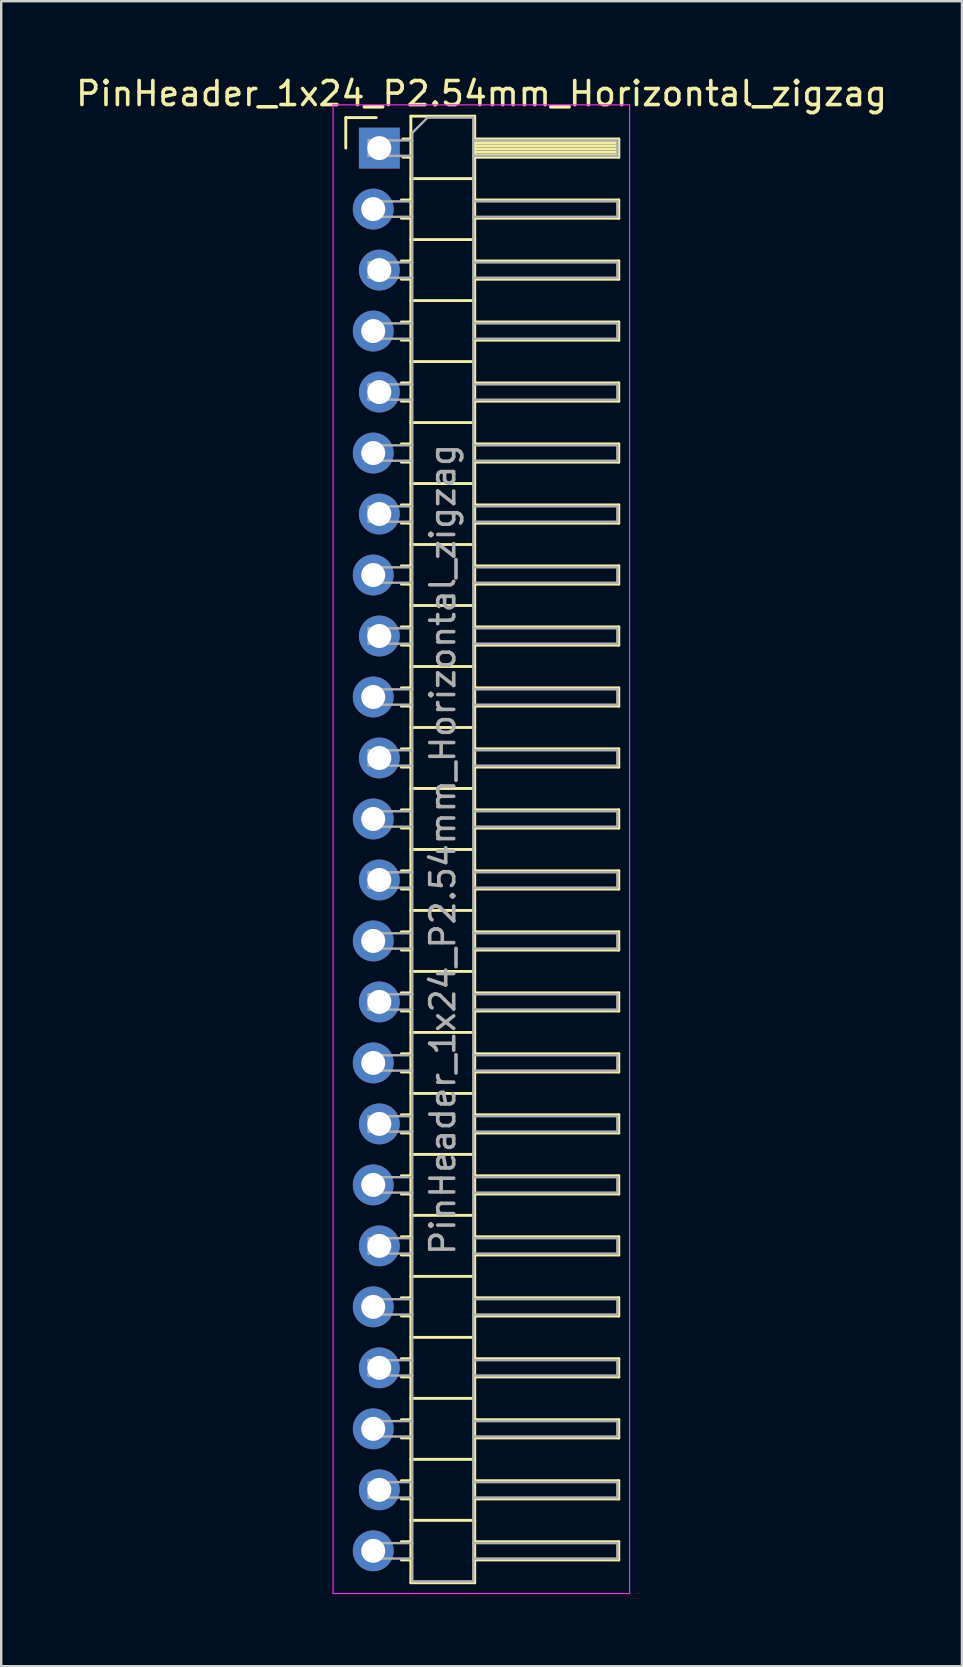
<source format=kicad_pcb>
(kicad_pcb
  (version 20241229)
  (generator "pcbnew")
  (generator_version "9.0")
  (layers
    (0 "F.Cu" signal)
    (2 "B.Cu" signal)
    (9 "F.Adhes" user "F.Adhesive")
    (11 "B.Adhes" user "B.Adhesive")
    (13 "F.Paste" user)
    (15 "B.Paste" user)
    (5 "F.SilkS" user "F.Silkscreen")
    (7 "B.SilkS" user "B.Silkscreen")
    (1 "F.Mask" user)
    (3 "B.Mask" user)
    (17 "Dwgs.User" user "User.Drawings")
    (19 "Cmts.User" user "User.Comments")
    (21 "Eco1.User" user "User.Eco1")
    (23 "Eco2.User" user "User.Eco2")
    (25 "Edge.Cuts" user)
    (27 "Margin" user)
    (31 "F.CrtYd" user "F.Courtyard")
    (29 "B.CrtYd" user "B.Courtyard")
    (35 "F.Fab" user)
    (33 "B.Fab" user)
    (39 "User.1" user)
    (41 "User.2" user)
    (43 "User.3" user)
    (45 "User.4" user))
  (footprint "PinHeader_1x24_P2.54mm_Horizontal_zigzag"
    (layer "F.Cu")
    (at 12.621 3.118)
    (property "Reference" "PinHeader_1x24_P2.54mm_Horizontal_zigzag" (at 4.385 -2.27 0) (layer "F.SilkS") (effects (font (size 1 1) (thickness 0.15))))
    (attr through_hole)
    (fp_line (start -1.27 -1.27) (end 0 -1.27) (stroke (width 0.12) (type solid)) (layer "F.SilkS"))
    (fp_line (start -1.27 0) (end -1.27 -1.27) (stroke (width 0.12) (type solid)) (layer "F.SilkS"))
    (fp_line (start 1.043 2.16) (end 1.44 2.16) (stroke (width 0.12) (type solid)) (layer "F.SilkS"))
    (fp_line (start 1.043 2.92) (end 1.44 2.92) (stroke (width 0.12) (type solid)) (layer "F.SilkS"))
    (fp_line (start 1.043 4.7) (end 1.44 4.7) (stroke (width 0.12) (type solid)) (layer "F.SilkS"))
    (fp_line (start 1.043 5.46) (end 1.44 5.46) (stroke (width 0.12) (type solid)) (layer "F.SilkS"))
    (fp_line (start 1.043 7.24) (end 1.44 7.24) (stroke (width 0.12) (type solid)) (layer "F.SilkS"))
    (fp_line (start 1.043 8) (end 1.44 8) (stroke (width 0.12) (type solid)) (layer "F.SilkS"))
    (fp_line (start 1.043 9.78) (end 1.44 9.78) (stroke (width 0.12) (type solid)) (layer "F.SilkS"))
    (fp_line (start 1.043 10.54) (end 1.44 10.54) (stroke (width 0.12) (type solid)) (layer "F.SilkS"))
    (fp_line (start 1.043 12.32) (end 1.44 12.32) (stroke (width 0.12) (type solid)) (layer "F.SilkS"))
    (fp_line (start 1.043 13.08) (end 1.44 13.08) (stroke (width 0.12) (type solid)) (layer "F.SilkS"))
    (fp_line (start 1.043 14.86) (end 1.44 14.86) (stroke (width 0.12) (type solid)) (layer "F.SilkS"))
    (fp_line (start 1.043 15.62) (end 1.44 15.62) (stroke (width 0.12) (type solid)) (layer "F.SilkS"))
    (fp_line (start 1.043 17.4) (end 1.44 17.4) (stroke (width 0.12) (type solid)) (layer "F.SilkS"))
    (fp_line (start 1.043 18.16) (end 1.44 18.16) (stroke (width 0.12) (type solid)) (layer "F.SilkS"))
    (fp_line (start 1.043 19.94) (end 1.44 19.94) (stroke (width 0.12) (type solid)) (layer "F.SilkS"))
    (fp_line (start 1.043 20.7) (end 1.44 20.7) (stroke (width 0.12) (type solid)) (layer "F.SilkS"))
    (fp_line (start 1.043 22.48) (end 1.44 22.48) (stroke (width 0.12) (type solid)) (layer "F.SilkS"))
    (fp_line (start 1.043 23.24) (end 1.44 23.24) (stroke (width 0.12) (type solid)) (layer "F.SilkS"))
    (fp_line (start 1.043 25.02) (end 1.44 25.02) (stroke (width 0.12) (type solid)) (layer "F.SilkS"))
    (fp_line (start 1.043 25.78) (end 1.44 25.78) (stroke (width 0.12) (type solid)) (layer "F.SilkS"))
    (fp_line (start 1.043 27.56) (end 1.44 27.56) (stroke (width 0.12) (type solid)) (layer "F.SilkS"))
    (fp_line (start 1.043 28.32) (end 1.44 28.32) (stroke (width 0.12) (type solid)) (layer "F.SilkS"))
    (fp_line (start 1.043 30.1) (end 1.44 30.1) (stroke (width 0.12) (type solid)) (layer "F.SilkS"))
    (fp_line (start 1.043 30.86) (end 1.44 30.86) (stroke (width 0.12) (type solid)) (layer "F.SilkS"))
    (fp_line (start 1.043 32.64) (end 1.44 32.64) (stroke (width 0.12) (type solid)) (layer "F.SilkS"))
    (fp_line (start 1.043 33.4) (end 1.44 33.4) (stroke (width 0.12) (type solid)) (layer "F.SilkS"))
    (fp_line (start 1.043 35.18) (end 1.44 35.18) (stroke (width 0.12) (type solid)) (layer "F.SilkS"))
    (fp_line (start 1.043 35.94) (end 1.44 35.94) (stroke (width 0.12) (type solid)) (layer "F.SilkS"))
    (fp_line (start 1.043 37.72) (end 1.44 37.72) (stroke (width 0.12) (type solid)) (layer "F.SilkS"))
    (fp_line (start 1.043 38.48) (end 1.44 38.48) (stroke (width 0.12) (type solid)) (layer "F.SilkS"))
    (fp_line (start 1.043 40.26) (end 1.44 40.26) (stroke (width 0.12) (type solid)) (layer "F.SilkS"))
    (fp_line (start 1.043 41.02) (end 1.44 41.02) (stroke (width 0.12) (type solid)) (layer "F.SilkS"))
    (fp_line (start 1.043 42.8) (end 1.44 42.8) (stroke (width 0.12) (type solid)) (layer "F.SilkS"))
    (fp_line (start 1.043 43.56) (end 1.44 43.56) (stroke (width 0.12) (type solid)) (layer "F.SilkS"))
    (fp_line (start 1.043 45.34) (end 1.44 45.34) (stroke (width 0.12) (type solid)) (layer "F.SilkS"))
    (fp_line (start 1.043 46.1) (end 1.44 46.1) (stroke (width 0.12) (type solid)) (layer "F.SilkS"))
    (fp_line (start 1.043 47.88) (end 1.44 47.88) (stroke (width 0.12) (type solid)) (layer "F.SilkS"))
    (fp_line (start 1.043 48.64) (end 1.44 48.64) (stroke (width 0.12) (type solid)) (layer "F.SilkS"))
    (fp_line (start 1.043 50.42) (end 1.44 50.42) (stroke (width 0.12) (type solid)) (layer "F.SilkS"))
    (fp_line (start 1.043 51.18) (end 1.44 51.18) (stroke (width 0.12) (type solid)) (layer "F.SilkS"))
    (fp_line (start 1.043 52.96) (end 1.44 52.96) (stroke (width 0.12) (type solid)) (layer "F.SilkS"))
    (fp_line (start 1.043 53.72) (end 1.44 53.72) (stroke (width 0.12) (type solid)) (layer "F.SilkS"))
    (fp_line (start 1.043 55.5) (end 1.44 55.5) (stroke (width 0.12) (type solid)) (layer "F.SilkS"))
    (fp_line (start 1.043 56.26) (end 1.44 56.26) (stroke (width 0.12) (type solid)) (layer "F.SilkS"))
    (fp_line (start 1.043 58.04) (end 1.44 58.04) (stroke (width 0.12) (type solid)) (layer "F.SilkS"))
    (fp_line (start 1.043 58.8) (end 1.44 58.8) (stroke (width 0.12) (type solid)) (layer "F.SilkS"))
    (fp_line (start 1.11 -0.38) (end 1.44 -0.38) (stroke (width 0.12) (type solid)) (layer "F.SilkS"))
    (fp_line (start 1.11 0.38) (end 1.44 0.38) (stroke (width 0.12) (type solid)) (layer "F.SilkS"))
    (fp_line (start 1.44 -1.33) (end 1.44 59.75) (stroke (width 0.12) (type solid)) (layer "F.SilkS"))
    (fp_line (start 1.44 1.27) (end 4.1 1.27) (stroke (width 0.12) (type solid)) (layer "F.SilkS"))
    (fp_line (start 1.44 3.81) (end 4.1 3.81) (stroke (width 0.12) (type solid)) (layer "F.SilkS"))
    (fp_line (start 1.44 6.35) (end 4.1 6.35) (stroke (width 0.12) (type solid)) (layer "F.SilkS"))
    (fp_line (start 1.44 8.89) (end 4.1 8.89) (stroke (width 0.12) (type solid)) (layer "F.SilkS"))
    (fp_line (start 1.44 11.43) (end 4.1 11.43) (stroke (width 0.12) (type solid)) (layer "F.SilkS"))
    (fp_line (start 1.44 13.97) (end 4.1 13.97) (stroke (width 0.12) (type solid)) (layer "F.SilkS"))
    (fp_line (start 1.44 16.51) (end 4.1 16.51) (stroke (width 0.12) (type solid)) (layer "F.SilkS"))
    (fp_line (start 1.44 19.05) (end 4.1 19.05) (stroke (width 0.12) (type solid)) (layer "F.SilkS"))
    (fp_line (start 1.44 21.59) (end 4.1 21.59) (stroke (width 0.12) (type solid)) (layer "F.SilkS"))
    (fp_line (start 1.44 24.13) (end 4.1 24.13) (stroke (width 0.12) (type solid)) (layer "F.SilkS"))
    (fp_line (start 1.44 26.67) (end 4.1 26.67) (stroke (width 0.12) (type solid)) (layer "F.SilkS"))
    (fp_line (start 1.44 29.21) (end 4.1 29.21) (stroke (width 0.12) (type solid)) (layer "F.SilkS"))
    (fp_line (start 1.44 31.75) (end 4.1 31.75) (stroke (width 0.12) (type solid)) (layer "F.SilkS"))
    (fp_line (start 1.44 34.29) (end 4.1 34.29) (stroke (width 0.12) (type solid)) (layer "F.SilkS"))
    (fp_line (start 1.44 36.83) (end 4.1 36.83) (stroke (width 0.12) (type solid)) (layer "F.SilkS"))
    (fp_line (start 1.44 39.37) (end 4.1 39.37) (stroke (width 0.12) (type solid)) (layer "F.SilkS"))
    (fp_line (start 1.44 41.91) (end 4.1 41.91) (stroke (width 0.12) (type solid)) (layer "F.SilkS"))
    (fp_line (start 1.44 44.45) (end 4.1 44.45) (stroke (width 0.12) (type solid)) (layer "F.SilkS"))
    (fp_line (start 1.44 46.99) (end 4.1 46.99) (stroke (width 0.12) (type solid)) (layer "F.SilkS"))
    (fp_line (start 1.44 49.53) (end 4.1 49.53) (stroke (width 0.12) (type solid)) (layer "F.SilkS"))
    (fp_line (start 1.44 52.07) (end 4.1 52.07) (stroke (width 0.12) (type solid)) (layer "F.SilkS"))
    (fp_line (start 1.44 54.61) (end 4.1 54.61) (stroke (width 0.12) (type solid)) (layer "F.SilkS"))
    (fp_line (start 1.44 57.15) (end 4.1 57.15) (stroke (width 0.12) (type solid)) (layer "F.SilkS"))
    (fp_line (start 1.44 59.75) (end 4.1 59.75) (stroke (width 0.12) (type solid)) (layer "F.SilkS"))
    (fp_line (start 4.1 -1.33) (end 1.44 -1.33) (stroke (width 0.12) (type solid)) (layer "F.SilkS"))
    (fp_line (start 4.1 -0.38) (end 10.1 -0.38) (stroke (width 0.12) (type solid)) (layer "F.SilkS"))
    (fp_line (start 4.1 -0.32) (end 10.1 -0.32) (stroke (width 0.12) (type solid)) (layer "F.SilkS"))
    (fp_line (start 4.1 -0.2) (end 10.1 -0.2) (stroke (width 0.12) (type solid)) (layer "F.SilkS"))
    (fp_line (start 4.1 -0.08) (end 10.1 -0.08) (stroke (width 0.12) (type solid)) (layer "F.SilkS"))
    (fp_line (start 4.1 0.04) (end 10.1 0.04) (stroke (width 0.12) (type solid)) (layer "F.SilkS"))
    (fp_line (start 4.1 0.16) (end 10.1 0.16) (stroke (width 0.12) (type solid)) (layer "F.SilkS"))
    (fp_line (start 4.1 0.28) (end 10.1 0.28) (stroke (width 0.12) (type solid)) (layer "F.SilkS"))
    (fp_line (start 4.1 2.16) (end 10.1 2.16) (stroke (width 0.12) (type solid)) (layer "F.SilkS"))
    (fp_line (start 4.1 4.7) (end 10.1 4.7) (stroke (width 0.12) (type solid)) (layer "F.SilkS"))
    (fp_line (start 4.1 7.24) (end 10.1 7.24) (stroke (width 0.12) (type solid)) (layer "F.SilkS"))
    (fp_line (start 4.1 9.78) (end 10.1 9.78) (stroke (width 0.12) (type solid)) (layer "F.SilkS"))
    (fp_line (start 4.1 12.32) (end 10.1 12.32) (stroke (width 0.12) (type solid)) (layer "F.SilkS"))
    (fp_line (start 4.1 14.86) (end 10.1 14.86) (stroke (width 0.12) (type solid)) (layer "F.SilkS"))
    (fp_line (start 4.1 17.4) (end 10.1 17.4) (stroke (width 0.12) (type solid)) (layer "F.SilkS"))
    (fp_line (start 4.1 19.94) (end 10.1 19.94) (stroke (width 0.12) (type solid)) (layer "F.SilkS"))
    (fp_line (start 4.1 22.48) (end 10.1 22.48) (stroke (width 0.12) (type solid)) (layer "F.SilkS"))
    (fp_line (start 4.1 25.02) (end 10.1 25.02) (stroke (width 0.12) (type solid)) (layer "F.SilkS"))
    (fp_line (start 4.1 27.56) (end 10.1 27.56) (stroke (width 0.12) (type solid)) (layer "F.SilkS"))
    (fp_line (start 4.1 30.1) (end 10.1 30.1) (stroke (width 0.12) (type solid)) (layer "F.SilkS"))
    (fp_line (start 4.1 32.64) (end 10.1 32.64) (stroke (width 0.12) (type solid)) (layer "F.SilkS"))
    (fp_line (start 4.1 35.18) (end 10.1 35.18) (stroke (width 0.12) (type solid)) (layer "F.SilkS"))
    (fp_line (start 4.1 37.72) (end 10.1 37.72) (stroke (width 0.12) (type solid)) (layer "F.SilkS"))
    (fp_line (start 4.1 40.26) (end 10.1 40.26) (stroke (width 0.12) (type solid)) (layer "F.SilkS"))
    (fp_line (start 4.1 42.8) (end 10.1 42.8) (stroke (width 0.12) (type solid)) (layer "F.SilkS"))
    (fp_line (start 4.1 45.34) (end 10.1 45.34) (stroke (width 0.12) (type solid)) (layer "F.SilkS"))
    (fp_line (start 4.1 47.88) (end 10.1 47.88) (stroke (width 0.12) (type solid)) (layer "F.SilkS"))
    (fp_line (start 4.1 50.42) (end 10.1 50.42) (stroke (width 0.12) (type solid)) (layer "F.SilkS"))
    (fp_line (start 4.1 52.96) (end 10.1 52.96) (stroke (width 0.12) (type solid)) (layer "F.SilkS"))
    (fp_line (start 4.1 55.5) (end 10.1 55.5) (stroke (width 0.12) (type solid)) (layer "F.SilkS"))
    (fp_line (start 4.1 58.04) (end 10.1 58.04) (stroke (width 0.12) (type solid)) (layer "F.SilkS"))
    (fp_line (start 4.1 59.75) (end 4.1 -1.33) (stroke (width 0.12) (type solid)) (layer "F.SilkS"))
    (fp_line (start 10.1 -0.38) (end 10.1 0.38) (stroke (width 0.12) (type solid)) (layer "F.SilkS"))
    (fp_line (start 10.1 0.38) (end 4.1 0.38) (stroke (width 0.12) (type solid)) (layer "F.SilkS"))
    (fp_line (start 10.1 2.16) (end 10.1 2.92) (stroke (width 0.12) (type solid)) (layer "F.SilkS"))
    (fp_line (start 10.1 2.92) (end 4.1 2.92) (stroke (width 0.12) (type solid)) (layer "F.SilkS"))
    (fp_line (start 10.1 4.7) (end 10.1 5.46) (stroke (width 0.12) (type solid)) (layer "F.SilkS"))
    (fp_line (start 10.1 5.46) (end 4.1 5.46) (stroke (width 0.12) (type solid)) (layer "F.SilkS"))
    (fp_line (start 10.1 7.24) (end 10.1 8) (stroke (width 0.12) (type solid)) (layer "F.SilkS"))
    (fp_line (start 10.1 8) (end 4.1 8) (stroke (width 0.12) (type solid)) (layer "F.SilkS"))
    (fp_line (start 10.1 9.78) (end 10.1 10.54) (stroke (width 0.12) (type solid)) (layer "F.SilkS"))
    (fp_line (start 10.1 10.54) (end 4.1 10.54) (stroke (width 0.12) (type solid)) (layer "F.SilkS"))
    (fp_line (start 10.1 12.32) (end 10.1 13.08) (stroke (width 0.12) (type solid)) (layer "F.SilkS"))
    (fp_line (start 10.1 13.08) (end 4.1 13.08) (stroke (width 0.12) (type solid)) (layer "F.SilkS"))
    (fp_line (start 10.1 14.86) (end 10.1 15.62) (stroke (width 0.12) (type solid)) (layer "F.SilkS"))
    (fp_line (start 10.1 15.62) (end 4.1 15.62) (stroke (width 0.12) (type solid)) (layer "F.SilkS"))
    (fp_line (start 10.1 17.4) (end 10.1 18.16) (stroke (width 0.12) (type solid)) (layer "F.SilkS"))
    (fp_line (start 10.1 18.16) (end 4.1 18.16) (stroke (width 0.12) (type solid)) (layer "F.SilkS"))
    (fp_line (start 10.1 19.94) (end 10.1 20.7) (stroke (width 0.12) (type solid)) (layer "F.SilkS"))
    (fp_line (start 10.1 20.7) (end 4.1 20.7) (stroke (width 0.12) (type solid)) (layer "F.SilkS"))
    (fp_line (start 10.1 22.48) (end 10.1 23.24) (stroke (width 0.12) (type solid)) (layer "F.SilkS"))
    (fp_line (start 10.1 23.24) (end 4.1 23.24) (stroke (width 0.12) (type solid)) (layer "F.SilkS"))
    (fp_line (start 10.1 25.02) (end 10.1 25.78) (stroke (width 0.12) (type solid)) (layer "F.SilkS"))
    (fp_line (start 10.1 25.78) (end 4.1 25.78) (stroke (width 0.12) (type solid)) (layer "F.SilkS"))
    (fp_line (start 10.1 27.56) (end 10.1 28.32) (stroke (width 0.12) (type solid)) (layer "F.SilkS"))
    (fp_line (start 10.1 28.32) (end 4.1 28.32) (stroke (width 0.12) (type solid)) (layer "F.SilkS"))
    (fp_line (start 10.1 30.1) (end 10.1 30.86) (stroke (width 0.12) (type solid)) (layer "F.SilkS"))
    (fp_line (start 10.1 30.86) (end 4.1 30.86) (stroke (width 0.12) (type solid)) (layer "F.SilkS"))
    (fp_line (start 10.1 32.64) (end 10.1 33.4) (stroke (width 0.12) (type solid)) (layer "F.SilkS"))
    (fp_line (start 10.1 33.4) (end 4.1 33.4) (stroke (width 0.12) (type solid)) (layer "F.SilkS"))
    (fp_line (start 10.1 35.18) (end 10.1 35.94) (stroke (width 0.12) (type solid)) (layer "F.SilkS"))
    (fp_line (start 10.1 35.94) (end 4.1 35.94) (stroke (width 0.12) (type solid)) (layer "F.SilkS"))
    (fp_line (start 10.1 37.72) (end 10.1 38.48) (stroke (width 0.12) (type solid)) (layer "F.SilkS"))
    (fp_line (start 10.1 38.48) (end 4.1 38.48) (stroke (width 0.12) (type solid)) (layer "F.SilkS"))
    (fp_line (start 10.1 40.26) (end 10.1 41.02) (stroke (width 0.12) (type solid)) (layer "F.SilkS"))
    (fp_line (start 10.1 41.02) (end 4.1 41.02) (stroke (width 0.12) (type solid)) (layer "F.SilkS"))
    (fp_line (start 10.1 42.8) (end 10.1 43.56) (stroke (width 0.12) (type solid)) (layer "F.SilkS"))
    (fp_line (start 10.1 43.56) (end 4.1 43.56) (stroke (width 0.12) (type solid)) (layer "F.SilkS"))
    (fp_line (start 10.1 45.34) (end 10.1 46.1) (stroke (width 0.12) (type solid)) (layer "F.SilkS"))
    (fp_line (start 10.1 46.1) (end 4.1 46.1) (stroke (width 0.12) (type solid)) (layer "F.SilkS"))
    (fp_line (start 10.1 47.88) (end 10.1 48.64) (stroke (width 0.12) (type solid)) (layer "F.SilkS"))
    (fp_line (start 10.1 48.64) (end 4.1 48.64) (stroke (width 0.12) (type solid)) (layer "F.SilkS"))
    (fp_line (start 10.1 50.42) (end 10.1 51.18) (stroke (width 0.12) (type solid)) (layer "F.SilkS"))
    (fp_line (start 10.1 51.18) (end 4.1 51.18) (stroke (width 0.12) (type solid)) (layer "F.SilkS"))
    (fp_line (start 10.1 52.96) (end 10.1 53.72) (stroke (width 0.12) (type solid)) (layer "F.SilkS"))
    (fp_line (start 10.1 53.72) (end 4.1 53.72) (stroke (width 0.12) (type solid)) (layer "F.SilkS"))
    (fp_line (start 10.1 55.5) (end 10.1 56.26) (stroke (width 0.12) (type solid)) (layer "F.SilkS"))
    (fp_line (start 10.1 56.26) (end 4.1 56.26) (stroke (width 0.12) (type solid)) (layer "F.SilkS"))
    (fp_line (start 10.1 58.04) (end 10.1 58.8) (stroke (width 0.12) (type solid)) (layer "F.SilkS"))
    (fp_line (start 10.1 58.8) (end 4.1 58.8) (stroke (width 0.12) (type solid)) (layer "F.SilkS"))
    (fp_line (start -1.8 -1.8) (end -1.8 60.2) (stroke (width 0.05) (type solid)) (layer "F.CrtYd"))
    (fp_line (start -1.8 60.2) (end 10.55 60.2) (stroke (width 0.05) (type solid)) (layer "F.CrtYd"))
    (fp_line (start 10.55 -1.8) (end -1.8 -1.8) (stroke (width 0.05) (type solid)) (layer "F.CrtYd"))
    (fp_line (start 10.55 60.2) (end 10.55 -1.8) (stroke (width 0.05) (type solid)) (layer "F.CrtYd"))
    (fp_line (start -0.32 -0.32) (end -0.32 0.32) (stroke (width 0.1) (type solid)) (layer "F.Fab"))
    (fp_line (start -0.32 -0.32) (end 1.5 -0.32) (stroke (width 0.1) (type solid)) (layer "F.Fab"))
    (fp_line (start -0.32 0.32) (end 1.5 0.32) (stroke (width 0.1) (type solid)) (layer "F.Fab"))
    (fp_line (start -0.32 2.22) (end -0.32 2.86) (stroke (width 0.1) (type solid)) (layer "F.Fab"))
    (fp_line (start -0.32 2.22) (end 1.5 2.22) (stroke (width 0.1) (type solid)) (layer "F.Fab"))
    (fp_line (start -0.32 2.86) (end 1.5 2.86) (stroke (width 0.1) (type solid)) (layer "F.Fab"))
    (fp_line (start -0.32 4.76) (end -0.32 5.4) (stroke (width 0.1) (type solid)) (layer "F.Fab"))
    (fp_line (start -0.32 4.76) (end 1.5 4.76) (stroke (width 0.1) (type solid)) (layer "F.Fab"))
    (fp_line (start -0.32 5.4) (end 1.5 5.4) (stroke (width 0.1) (type solid)) (layer "F.Fab"))
    (fp_line (start -0.32 7.3) (end -0.32 7.94) (stroke (width 0.1) (type solid)) (layer "F.Fab"))
    (fp_line (start -0.32 7.3) (end 1.5 7.3) (stroke (width 0.1) (type solid)) (layer "F.Fab"))
    (fp_line (start -0.32 7.94) (end 1.5 7.94) (stroke (width 0.1) (type solid)) (layer "F.Fab"))
    (fp_line (start -0.32 9.84) (end -0.32 10.48) (stroke (width 0.1) (type solid)) (layer "F.Fab"))
    (fp_line (start -0.32 9.84) (end 1.5 9.84) (stroke (width 0.1) (type solid)) (layer "F.Fab"))
    (fp_line (start -0.32 10.48) (end 1.5 10.48) (stroke (width 0.1) (type solid)) (layer "F.Fab"))
    (fp_line (start -0.32 12.38) (end -0.32 13.02) (stroke (width 0.1) (type solid)) (layer "F.Fab"))
    (fp_line (start -0.32 12.38) (end 1.5 12.38) (stroke (width 0.1) (type solid)) (layer "F.Fab"))
    (fp_line (start -0.32 13.02) (end 1.5 13.02) (stroke (width 0.1) (type solid)) (layer "F.Fab"))
    (fp_line (start -0.32 14.92) (end -0.32 15.56) (stroke (width 0.1) (type solid)) (layer "F.Fab"))
    (fp_line (start -0.32 14.92) (end 1.5 14.92) (stroke (width 0.1) (type solid)) (layer "F.Fab"))
    (fp_line (start -0.32 15.56) (end 1.5 15.56) (stroke (width 0.1) (type solid)) (layer "F.Fab"))
    (fp_line (start -0.32 17.46) (end -0.32 18.1) (stroke (width 0.1) (type solid)) (layer "F.Fab"))
    (fp_line (start -0.32 17.46) (end 1.5 17.46) (stroke (width 0.1) (type solid)) (layer "F.Fab"))
    (fp_line (start -0.32 18.1) (end 1.5 18.1) (stroke (width 0.1) (type solid)) (layer "F.Fab"))
    (fp_line (start -0.32 20) (end -0.32 20.64) (stroke (width 0.1) (type solid)) (layer "F.Fab"))
    (fp_line (start -0.32 20) (end 1.5 20) (stroke (width 0.1) (type solid)) (layer "F.Fab"))
    (fp_line (start -0.32 20.64) (end 1.5 20.64) (stroke (width 0.1) (type solid)) (layer "F.Fab"))
    (fp_line (start -0.32 22.54) (end -0.32 23.18) (stroke (width 0.1) (type solid)) (layer "F.Fab"))
    (fp_line (start -0.32 22.54) (end 1.5 22.54) (stroke (width 0.1) (type solid)) (layer "F.Fab"))
    (fp_line (start -0.32 23.18) (end 1.5 23.18) (stroke (width 0.1) (type solid)) (layer "F.Fab"))
    (fp_line (start -0.32 25.08) (end -0.32 25.72) (stroke (width 0.1) (type solid)) (layer "F.Fab"))
    (fp_line (start -0.32 25.08) (end 1.5 25.08) (stroke (width 0.1) (type solid)) (layer "F.Fab"))
    (fp_line (start -0.32 25.72) (end 1.5 25.72) (stroke (width 0.1) (type solid)) (layer "F.Fab"))
    (fp_line (start -0.32 27.62) (end -0.32 28.26) (stroke (width 0.1) (type solid)) (layer "F.Fab"))
    (fp_line (start -0.32 27.62) (end 1.5 27.62) (stroke (width 0.1) (type solid)) (layer "F.Fab"))
    (fp_line (start -0.32 28.26) (end 1.5 28.26) (stroke (width 0.1) (type solid)) (layer "F.Fab"))
    (fp_line (start -0.32 30.16) (end -0.32 30.8) (stroke (width 0.1) (type solid)) (layer "F.Fab"))
    (fp_line (start -0.32 30.16) (end 1.5 30.16) (stroke (width 0.1) (type solid)) (layer "F.Fab"))
    (fp_line (start -0.32 30.8) (end 1.5 30.8) (stroke (width 0.1) (type solid)) (layer "F.Fab"))
    (fp_line (start -0.32 32.7) (end -0.32 33.34) (stroke (width 0.1) (type solid)) (layer "F.Fab"))
    (fp_line (start -0.32 32.7) (end 1.5 32.7) (stroke (width 0.1) (type solid)) (layer "F.Fab"))
    (fp_line (start -0.32 33.34) (end 1.5 33.34) (stroke (width 0.1) (type solid)) (layer "F.Fab"))
    (fp_line (start -0.32 35.24) (end -0.32 35.88) (stroke (width 0.1) (type solid)) (layer "F.Fab"))
    (fp_line (start -0.32 35.24) (end 1.5 35.24) (stroke (width 0.1) (type solid)) (layer "F.Fab"))
    (fp_line (start -0.32 35.88) (end 1.5 35.88) (stroke (width 0.1) (type solid)) (layer "F.Fab"))
    (fp_line (start -0.32 37.78) (end -0.32 38.42) (stroke (width 0.1) (type solid)) (layer "F.Fab"))
    (fp_line (start -0.32 37.78) (end 1.5 37.78) (stroke (width 0.1) (type solid)) (layer "F.Fab"))
    (fp_line (start -0.32 38.42) (end 1.5 38.42) (stroke (width 0.1) (type solid)) (layer "F.Fab"))
    (fp_line (start -0.32 40.32) (end -0.32 40.96) (stroke (width 0.1) (type solid)) (layer "F.Fab"))
    (fp_line (start -0.32 40.32) (end 1.5 40.32) (stroke (width 0.1) (type solid)) (layer "F.Fab"))
    (fp_line (start -0.32 40.96) (end 1.5 40.96) (stroke (width 0.1) (type solid)) (layer "F.Fab"))
    (fp_line (start -0.32 42.86) (end -0.32 43.5) (stroke (width 0.1) (type solid)) (layer "F.Fab"))
    (fp_line (start -0.32 42.86) (end 1.5 42.86) (stroke (width 0.1) (type solid)) (layer "F.Fab"))
    (fp_line (start -0.32 43.5) (end 1.5 43.5) (stroke (width 0.1) (type solid)) (layer "F.Fab"))
    (fp_line (start -0.32 45.4) (end -0.32 46.04) (stroke (width 0.1) (type solid)) (layer "F.Fab"))
    (fp_line (start -0.32 45.4) (end 1.5 45.4) (stroke (width 0.1) (type solid)) (layer "F.Fab"))
    (fp_line (start -0.32 46.04) (end 1.5 46.04) (stroke (width 0.1) (type solid)) (layer "F.Fab"))
    (fp_line (start -0.32 47.94) (end -0.32 48.58) (stroke (width 0.1) (type solid)) (layer "F.Fab"))
    (fp_line (start -0.32 47.94) (end 1.5 47.94) (stroke (width 0.1) (type solid)) (layer "F.Fab"))
    (fp_line (start -0.32 48.58) (end 1.5 48.58) (stroke (width 0.1) (type solid)) (layer "F.Fab"))
    (fp_line (start -0.32 50.48) (end -0.32 51.12) (stroke (width 0.1) (type solid)) (layer "F.Fab"))
    (fp_line (start -0.32 50.48) (end 1.5 50.48) (stroke (width 0.1) (type solid)) (layer "F.Fab"))
    (fp_line (start -0.32 51.12) (end 1.5 51.12) (stroke (width 0.1) (type solid)) (layer "F.Fab"))
    (fp_line (start -0.32 53.02) (end -0.32 53.66) (stroke (width 0.1) (type solid)) (layer "F.Fab"))
    (fp_line (start -0.32 53.02) (end 1.5 53.02) (stroke (width 0.1) (type solid)) (layer "F.Fab"))
    (fp_line (start -0.32 53.66) (end 1.5 53.66) (stroke (width 0.1) (type solid)) (layer "F.Fab"))
    (fp_line (start -0.32 55.56) (end -0.32 56.2) (stroke (width 0.1) (type solid)) (layer "F.Fab"))
    (fp_line (start -0.32 55.56) (end 1.5 55.56) (stroke (width 0.1) (type solid)) (layer "F.Fab"))
    (fp_line (start -0.32 56.2) (end 1.5 56.2) (stroke (width 0.1) (type solid)) (layer "F.Fab"))
    (fp_line (start -0.32 58.1) (end -0.32 58.74) (stroke (width 0.1) (type solid)) (layer "F.Fab"))
    (fp_line (start -0.32 58.1) (end 1.5 58.1) (stroke (width 0.1) (type solid)) (layer "F.Fab"))
    (fp_line (start -0.32 58.74) (end 1.5 58.74) (stroke (width 0.1) (type solid)) (layer "F.Fab"))
    (fp_line (start 1.5 -0.635) (end 2.135 -1.27) (stroke (width 0.1) (type solid)) (layer "F.Fab"))
    (fp_line (start 1.5 59.69) (end 1.5 -0.635) (stroke (width 0.1) (type solid)) (layer "F.Fab"))
    (fp_line (start 2.135 -1.27) (end 4.04 -1.27) (stroke (width 0.1) (type solid)) (layer "F.Fab"))
    (fp_line (start 4.04 -1.27) (end 4.04 59.69) (stroke (width 0.1) (type solid)) (layer "F.Fab"))
    (fp_line (start 4.04 -0.32) (end 10.04 -0.32) (stroke (width 0.1) (type solid)) (layer "F.Fab"))
    (fp_line (start 4.04 0.32) (end 10.04 0.32) (stroke (width 0.1) (type solid)) (layer "F.Fab"))
    (fp_line (start 4.04 2.22) (end 10.04 2.22) (stroke (width 0.1) (type solid)) (layer "F.Fab"))
    (fp_line (start 4.04 2.86) (end 10.04 2.86) (stroke (width 0.1) (type solid)) (layer "F.Fab"))
    (fp_line (start 4.04 4.76) (end 10.04 4.76) (stroke (width 0.1) (type solid)) (layer "F.Fab"))
    (fp_line (start 4.04 5.4) (end 10.04 5.4) (stroke (width 0.1) (type solid)) (layer "F.Fab"))
    (fp_line (start 4.04 7.3) (end 10.04 7.3) (stroke (width 0.1) (type solid)) (layer "F.Fab"))
    (fp_line (start 4.04 7.94) (end 10.04 7.94) (stroke (width 0.1) (type solid)) (layer "F.Fab"))
    (fp_line (start 4.04 9.84) (end 10.04 9.84) (stroke (width 0.1) (type solid)) (layer "F.Fab"))
    (fp_line (start 4.04 10.48) (end 10.04 10.48) (stroke (width 0.1) (type solid)) (layer "F.Fab"))
    (fp_line (start 4.04 12.38) (end 10.04 12.38) (stroke (width 0.1) (type solid)) (layer "F.Fab"))
    (fp_line (start 4.04 13.02) (end 10.04 13.02) (stroke (width 0.1) (type solid)) (layer "F.Fab"))
    (fp_line (start 4.04 14.92) (end 10.04 14.92) (stroke (width 0.1) (type solid)) (layer "F.Fab"))
    (fp_line (start 4.04 15.56) (end 10.04 15.56) (stroke (width 0.1) (type solid)) (layer "F.Fab"))
    (fp_line (start 4.04 17.46) (end 10.04 17.46) (stroke (width 0.1) (type solid)) (layer "F.Fab"))
    (fp_line (start 4.04 18.1) (end 10.04 18.1) (stroke (width 0.1) (type solid)) (layer "F.Fab"))
    (fp_line (start 4.04 20) (end 10.04 20) (stroke (width 0.1) (type solid)) (layer "F.Fab"))
    (fp_line (start 4.04 20.64) (end 10.04 20.64) (stroke (width 0.1) (type solid)) (layer "F.Fab"))
    (fp_line (start 4.04 22.54) (end 10.04 22.54) (stroke (width 0.1) (type solid)) (layer "F.Fab"))
    (fp_line (start 4.04 23.18) (end 10.04 23.18) (stroke (width 0.1) (type solid)) (layer "F.Fab"))
    (fp_line (start 4.04 25.08) (end 10.04 25.08) (stroke (width 0.1) (type solid)) (layer "F.Fab"))
    (fp_line (start 4.04 25.72) (end 10.04 25.72) (stroke (width 0.1) (type solid)) (layer "F.Fab"))
    (fp_line (start 4.04 27.62) (end 10.04 27.62) (stroke (width 0.1) (type solid)) (layer "F.Fab"))
    (fp_line (start 4.04 28.26) (end 10.04 28.26) (stroke (width 0.1) (type solid)) (layer "F.Fab"))
    (fp_line (start 4.04 30.16) (end 10.04 30.16) (stroke (width 0.1) (type solid)) (layer "F.Fab"))
    (fp_line (start 4.04 30.8) (end 10.04 30.8) (stroke (width 0.1) (type solid)) (layer "F.Fab"))
    (fp_line (start 4.04 32.7) (end 10.04 32.7) (stroke (width 0.1) (type solid)) (layer "F.Fab"))
    (fp_line (start 4.04 33.34) (end 10.04 33.34) (stroke (width 0.1) (type solid)) (layer "F.Fab"))
    (fp_line (start 4.04 35.24) (end 10.04 35.24) (stroke (width 0.1) (type solid)) (layer "F.Fab"))
    (fp_line (start 4.04 35.88) (end 10.04 35.88) (stroke (width 0.1) (type solid)) (layer "F.Fab"))
    (fp_line (start 4.04 37.78) (end 10.04 37.78) (stroke (width 0.1) (type solid)) (layer "F.Fab"))
    (fp_line (start 4.04 38.42) (end 10.04 38.42) (stroke (width 0.1) (type solid)) (layer "F.Fab"))
    (fp_line (start 4.04 40.32) (end 10.04 40.32) (stroke (width 0.1) (type solid)) (layer "F.Fab"))
    (fp_line (start 4.04 40.96) (end 10.04 40.96) (stroke (width 0.1) (type solid)) (layer "F.Fab"))
    (fp_line (start 4.04 42.86) (end 10.04 42.86) (stroke (width 0.1) (type solid)) (layer "F.Fab"))
    (fp_line (start 4.04 43.5) (end 10.04 43.5) (stroke (width 0.1) (type solid)) (layer "F.Fab"))
    (fp_line (start 4.04 45.4) (end 10.04 45.4) (stroke (width 0.1) (type solid)) (layer "F.Fab"))
    (fp_line (start 4.04 46.04) (end 10.04 46.04) (stroke (width 0.1) (type solid)) (layer "F.Fab"))
    (fp_line (start 4.04 47.94) (end 10.04 47.94) (stroke (width 0.1) (type solid)) (layer "F.Fab"))
    (fp_line (start 4.04 48.58) (end 10.04 48.58) (stroke (width 0.1) (type solid)) (layer "F.Fab"))
    (fp_line (start 4.04 50.48) (end 10.04 50.48) (stroke (width 0.1) (type solid)) (layer "F.Fab"))
    (fp_line (start 4.04 51.12) (end 10.04 51.12) (stroke (width 0.1) (type solid)) (layer "F.Fab"))
    (fp_line (start 4.04 53.02) (end 10.04 53.02) (stroke (width 0.1) (type solid)) (layer "F.Fab"))
    (fp_line (start 4.04 53.66) (end 10.04 53.66) (stroke (width 0.1) (type solid)) (layer "F.Fab"))
    (fp_line (start 4.04 55.56) (end 10.04 55.56) (stroke (width 0.1) (type solid)) (layer "F.Fab"))
    (fp_line (start 4.04 56.2) (end 10.04 56.2) (stroke (width 0.1) (type solid)) (layer "F.Fab"))
    (fp_line (start 4.04 58.1) (end 10.04 58.1) (stroke (width 0.1) (type solid)) (layer "F.Fab"))
    (fp_line (start 4.04 58.74) (end 10.04 58.74) (stroke (width 0.1) (type solid)) (layer "F.Fab"))
    (fp_line (start 4.04 59.69) (end 1.5 59.69) (stroke (width 0.1) (type solid)) (layer "F.Fab"))
    (fp_line (start 10.04 -0.32) (end 10.04 0.32) (stroke (width 0.1) (type solid)) (layer "F.Fab"))
    (fp_line (start 10.04 2.22) (end 10.04 2.86) (stroke (width 0.1) (type solid)) (layer "F.Fab"))
    (fp_line (start 10.04 4.76) (end 10.04 5.4) (stroke (width 0.1) (type solid)) (layer "F.Fab"))
    (fp_line (start 10.04 7.3) (end 10.04 7.94) (stroke (width 0.1) (type solid)) (layer "F.Fab"))
    (fp_line (start 10.04 9.84) (end 10.04 10.48) (stroke (width 0.1) (type solid)) (layer "F.Fab"))
    (fp_line (start 10.04 12.38) (end 10.04 13.02) (stroke (width 0.1) (type solid)) (layer "F.Fab"))
    (fp_line (start 10.04 14.92) (end 10.04 15.56) (stroke (width 0.1) (type solid)) (layer "F.Fab"))
    (fp_line (start 10.04 17.46) (end 10.04 18.1) (stroke (width 0.1) (type solid)) (layer "F.Fab"))
    (fp_line (start 10.04 20) (end 10.04 20.64) (stroke (width 0.1) (type solid)) (layer "F.Fab"))
    (fp_line (start 10.04 22.54) (end 10.04 23.18) (stroke (width 0.1) (type solid)) (layer "F.Fab"))
    (fp_line (start 10.04 25.08) (end 10.04 25.72) (stroke (width 0.1) (type solid)) (layer "F.Fab"))
    (fp_line (start 10.04 27.62) (end 10.04 28.26) (stroke (width 0.1) (type solid)) (layer "F.Fab"))
    (fp_line (start 10.04 30.16) (end 10.04 30.8) (stroke (width 0.1) (type solid)) (layer "F.Fab"))
    (fp_line (start 10.04 32.7) (end 10.04 33.34) (stroke (width 0.1) (type solid)) (layer "F.Fab"))
    (fp_line (start 10.04 35.24) (end 10.04 35.88) (stroke (width 0.1) (type solid)) (layer "F.Fab"))
    (fp_line (start 10.04 37.78) (end 10.04 38.42) (stroke (width 0.1) (type solid)) (layer "F.Fab"))
    (fp_line (start 10.04 40.32) (end 10.04 40.96) (stroke (width 0.1) (type solid)) (layer "F.Fab"))
    (fp_line (start 10.04 42.86) (end 10.04 43.5) (stroke (width 0.1) (type solid)) (layer "F.Fab"))
    (fp_line (start 10.04 45.4) (end 10.04 46.04) (stroke (width 0.1) (type solid)) (layer "F.Fab"))
    (fp_line (start 10.04 47.94) (end 10.04 48.58) (stroke (width 0.1) (type solid)) (layer "F.Fab"))
    (fp_line (start 10.04 50.48) (end 10.04 51.12) (stroke (width 0.1) (type solid)) (layer "F.Fab"))
    (fp_line (start 10.04 53.02) (end 10.04 53.66) (stroke (width 0.1) (type solid)) (layer "F.Fab"))
    (fp_line (start 10.04 55.56) (end 10.04 56.2) (stroke (width 0.1) (type solid)) (layer "F.Fab"))
    (fp_line (start 10.04 58.1) (end 10.04 58.74) (stroke (width 0.1) (type solid)) (layer "F.Fab"))
    (fp_text user "${REFERENCE}" (at 2.77 29.21 90) (layer "F.Fab") (effects (font (size 1 1) (thickness 0.15))))
    (pad "1" thru_hole rect (at 0.127 0) (size 1.7 1.7) (drill 1) (layers "*.Cu" "*.Mask"))
    (pad "2" thru_hole oval (at -0.127 2.54) (size 1.7 1.7) (drill 1) (layers "*.Cu" "*.Mask"))
    (pad "3" thru_hole oval (at 0.127 5.08) (size 1.7 1.7) (drill 1) (layers "*.Cu" "*.Mask"))
    (pad "4" thru_hole oval (at -0.127 7.62) (size 1.7 1.7) (drill 1) (layers "*.Cu" "*.Mask"))
    (pad "5" thru_hole oval (at 0.127 10.16) (size 1.7 1.7) (drill 1) (layers "*.Cu" "*.Mask"))
    (pad "6" thru_hole oval (at -0.127 12.7) (size 1.7 1.7) (drill 1) (layers "*.Cu" "*.Mask"))
    (pad "7" thru_hole oval (at 0.127 15.24) (size 1.7 1.7) (drill 1) (layers "*.Cu" "*.Mask"))
    (pad "8" thru_hole oval (at -0.127 17.78) (size 1.7 1.7) (drill 1) (layers "*.Cu" "*.Mask"))
    (pad "9" thru_hole oval (at 0.127 20.32) (size 1.7 1.7) (drill 1) (layers "*.Cu" "*.Mask"))
    (pad "10" thru_hole oval (at -0.127 22.86) (size 1.7 1.7) (drill 1) (layers "*.Cu" "*.Mask"))
    (pad "11" thru_hole oval (at 0.127 25.4) (size 1.7 1.7) (drill 1) (layers "*.Cu" "*.Mask"))
    (pad "12" thru_hole oval (at -0.127 27.94) (size 1.7 1.7) (drill 1) (layers "*.Cu" "*.Mask"))
    (pad "13" thru_hole oval (at 0.127 30.48) (size 1.7 1.7) (drill 1) (layers "*.Cu" "*.Mask"))
    (pad "14" thru_hole oval (at -0.127 33.02) (size 1.7 1.7) (drill 1) (layers "*.Cu" "*.Mask"))
    (pad "15" thru_hole oval (at 0.127 35.56) (size 1.7 1.7) (drill 1) (layers "*.Cu" "*.Mask"))
    (pad "16" thru_hole oval (at -0.127 38.1) (size 1.7 1.7) (drill 1) (layers "*.Cu" "*.Mask"))
    (pad "17" thru_hole oval (at 0.127 40.64) (size 1.7 1.7) (drill 1) (layers "*.Cu" "*.Mask"))
    (pad "18" thru_hole oval (at -0.127 43.18) (size 1.7 1.7) (drill 1) (layers "*.Cu" "*.Mask"))
    (pad "19" thru_hole oval (at 0.127 45.72) (size 1.7 1.7) (drill 1) (layers "*.Cu" "*.Mask"))
    (pad "20" thru_hole oval (at -0.127 48.26) (size 1.7 1.7) (drill 1) (layers "*.Cu" "*.Mask"))
    (pad "21" thru_hole oval (at 0.127 50.8) (size 1.7 1.7) (drill 1) (layers "*.Cu" "*.Mask"))
    (pad "22" thru_hole oval (at -0.127 53.34) (size 1.7 1.7) (drill 1) (layers "*.Cu" "*.Mask"))
    (pad "23" thru_hole oval (at 0.127 55.88) (size 1.7 1.7) (drill 1) (layers "*.Cu" "*.Mask"))
    (pad "24" thru_hole oval (at -0.127 58.42) (size 1.7 1.7) (drill 1) (layers "*.Cu" "*.Mask")))
  (gr_rect
    (start -3 -3)
    (end 37.012 66.343)
    (stroke (width 0.1) (type default))
    (fill no)
    (layer "Edge.Cuts")))
</source>
